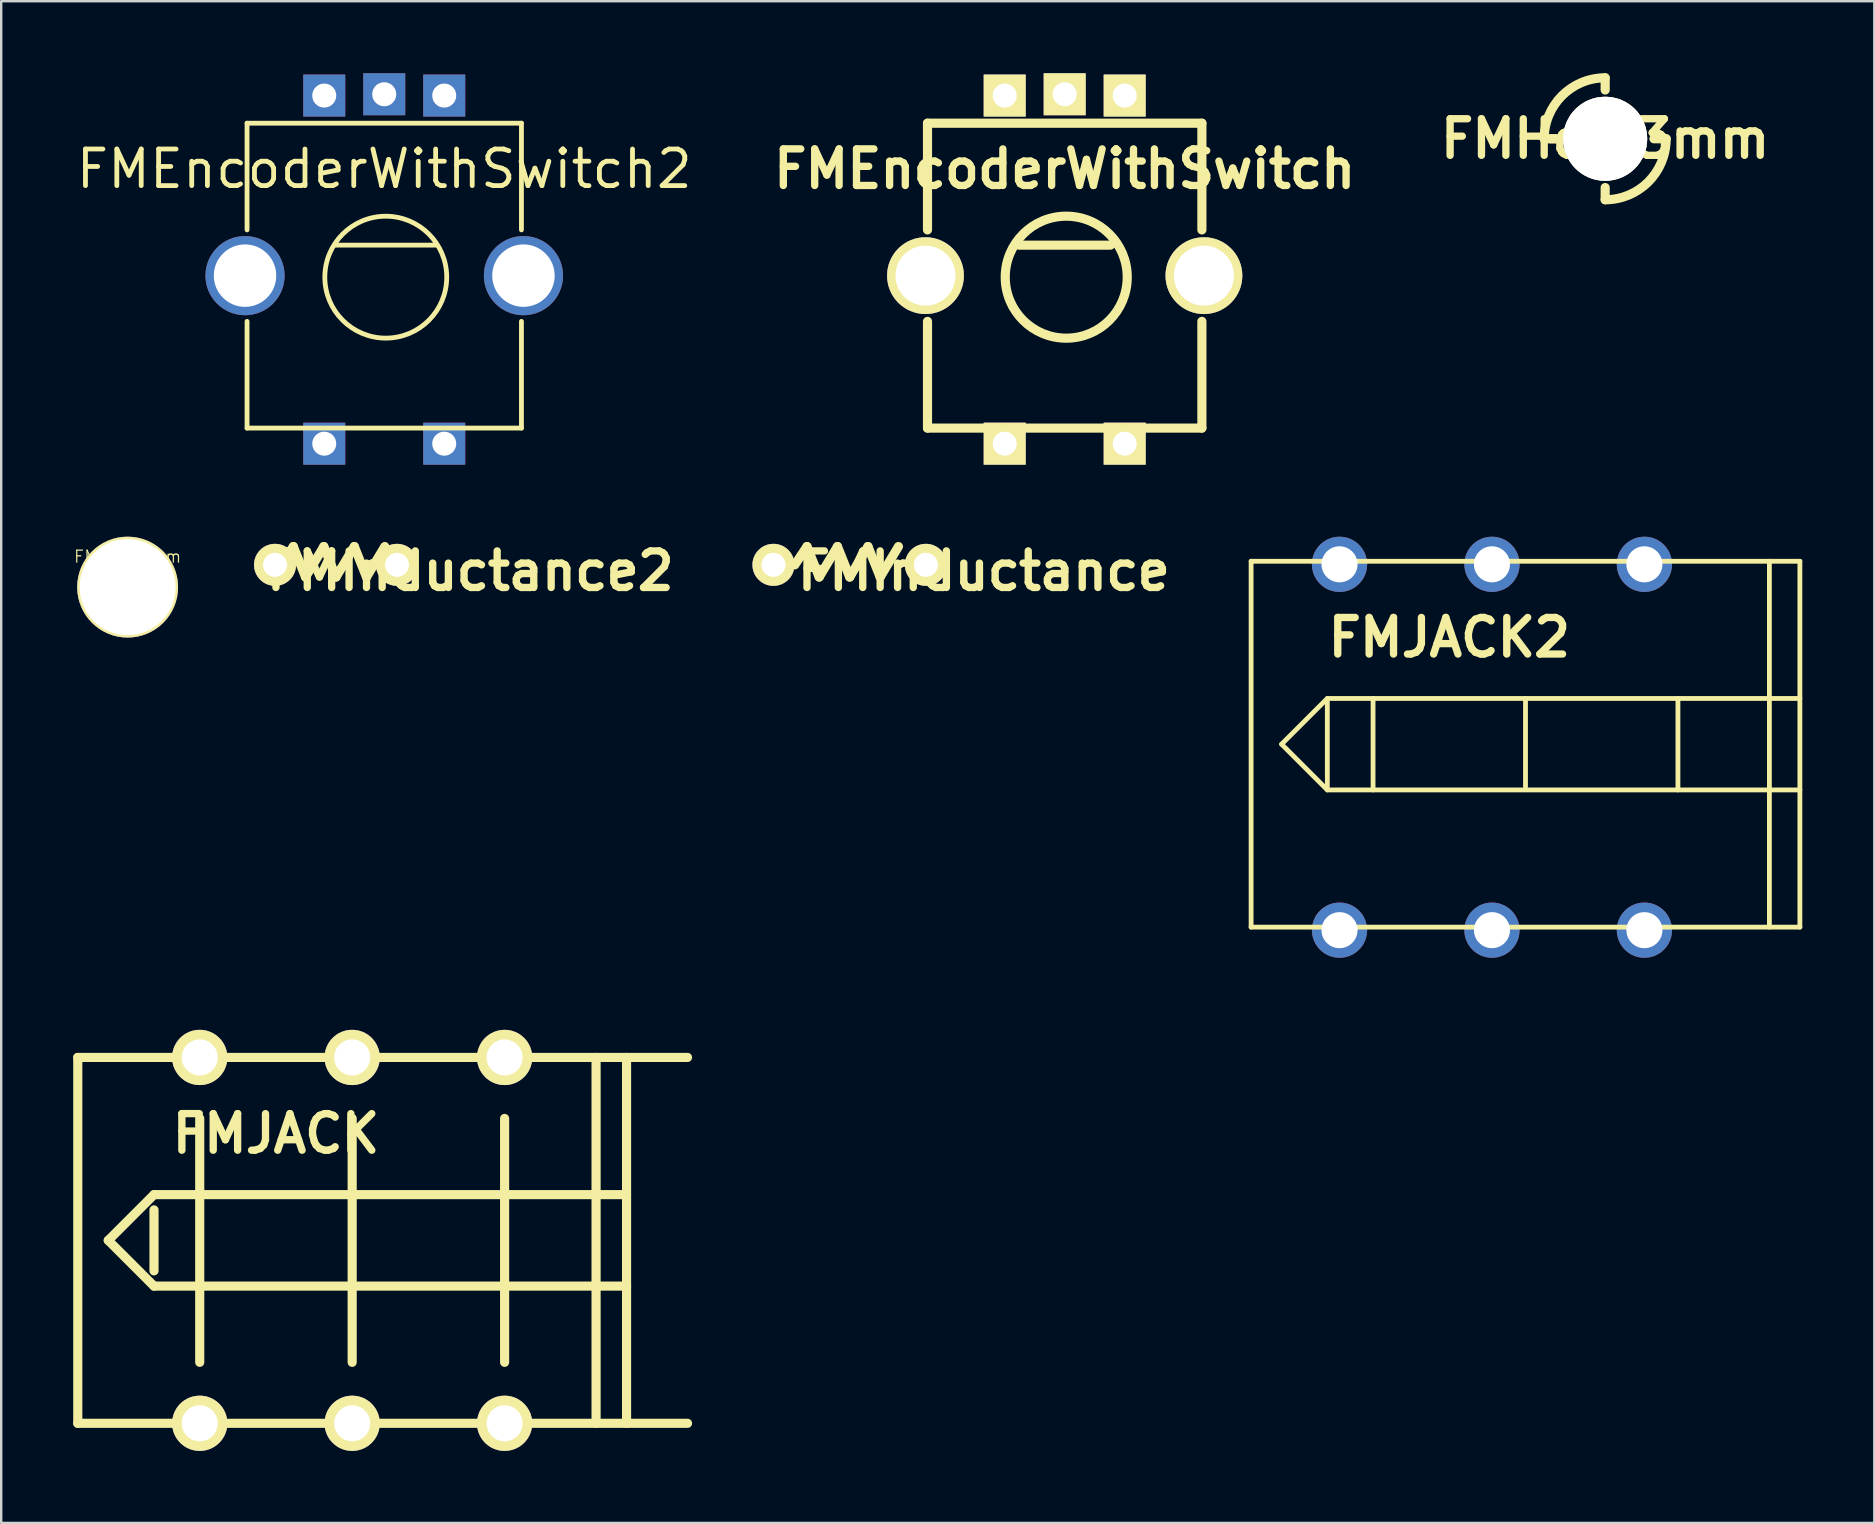
<source format=kicad_pcb>
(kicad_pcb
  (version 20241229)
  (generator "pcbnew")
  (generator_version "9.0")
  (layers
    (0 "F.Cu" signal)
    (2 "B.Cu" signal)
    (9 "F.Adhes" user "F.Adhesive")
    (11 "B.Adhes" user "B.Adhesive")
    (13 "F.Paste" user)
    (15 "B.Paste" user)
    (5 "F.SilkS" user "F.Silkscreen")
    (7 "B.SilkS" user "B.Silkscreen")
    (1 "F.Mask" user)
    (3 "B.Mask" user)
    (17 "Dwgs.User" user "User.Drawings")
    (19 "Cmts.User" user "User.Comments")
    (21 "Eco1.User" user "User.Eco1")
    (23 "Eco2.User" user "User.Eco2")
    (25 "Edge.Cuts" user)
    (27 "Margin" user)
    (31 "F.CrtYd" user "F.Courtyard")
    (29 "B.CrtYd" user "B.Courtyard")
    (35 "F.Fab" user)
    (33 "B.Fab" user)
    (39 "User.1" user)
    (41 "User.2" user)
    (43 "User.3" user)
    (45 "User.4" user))
  (footprint "FMInductance2"
    (layer "F.Cu")
    (at 10.947 20.479)
    (property "Reference" "FMInductance2" (at 5.588 0.254 0) (layer "F.SilkS") (effects (font (size 1.524 1.524) (thickness 0.305))))
    (attr through_hole)
    (fp_line (start -2.286 0) (end -1.778 -0.762) (stroke (width 0.381) (type solid)) (layer "F.SilkS"))
    (fp_line (start -1.778 -0.762) (end -1.27 0.508) (stroke (width 0.381) (type solid)) (layer "F.SilkS"))
    (fp_line (start -1.27 0.508) (end -0.508 -0.762) (stroke (width 0.381) (type solid)) (layer "F.SilkS"))
    (fp_line (start -0.508 -0.762) (end 0 0.508) (stroke (width 0.381) (type solid)) (layer "F.SilkS"))
    (fp_line (start 0 0.508) (end 0.762 -0.762) (stroke (width 0.381) (type solid)) (layer "F.SilkS"))
    (fp_line (start 0.762 -0.762) (end 1.27 0.508) (stroke (width 0.381) (type solid)) (layer "F.SilkS"))
    (fp_line (start 1.27 0.508) (end 2.032 -0.762) (stroke (width 0.381) (type solid)) (layer "F.SilkS"))
    (pad "1" thru_hole circle (at -2.54 0) (size 1.75 1.75) (drill 1.001) (layers "*.Cu" "*.Mask" "F.SilkS"))
    (pad "2" thru_hole circle (at 2.54 0) (size 1.75 1.75) (drill 1.001) (layers "*.Cu" "*.Mask" "F.SilkS")))
  (footprint "FMInductance"
    (layer "F.Cu")
    (at 32.344 20.479)
    (property "Reference" "FMInductance" (at 5.588 0.254 0) (layer "F.SilkS") (effects (font (size 1.524 1.524) (thickness 0.305))))
    (attr through_hole)
    (fp_line (start -2.286 0) (end -1.778 -0.762) (stroke (width 0.381) (type solid)) (layer "F.SilkS"))
    (fp_line (start -1.778 -0.762) (end -1.27 0.508) (stroke (width 0.381) (type solid)) (layer "F.SilkS"))
    (fp_line (start -1.27 0.508) (end -0.508 -0.762) (stroke (width 0.381) (type solid)) (layer "F.SilkS"))
    (fp_line (start -0.508 -0.762) (end 0 0.508) (stroke (width 0.381) (type solid)) (layer "F.SilkS"))
    (fp_line (start 0 0.508) (end 0.762 -0.762) (stroke (width 0.381) (type solid)) (layer "F.SilkS"))
    (fp_line (start 0.762 -0.762) (end 1.27 0.508) (stroke (width 0.381) (type solid)) (layer "F.SilkS"))
    (fp_line (start 1.27 0.508) (end 2.032 -0.762) (stroke (width 0.381) (type solid)) (layer "F.SilkS"))
    (pad "1" thru_hole circle (at -3.175 0) (size 1.75 1.75) (drill 1.001) (layers "*.Cu" "*.Mask" "F.SilkS"))
    (pad "2" thru_hole circle (at 3.175 0) (size 1.75 1.75) (drill 1.001) (layers "*.Cu" "*.Mask" "F.SilkS")))
  (footprint "FMHole4mm"
    (layer "F.Cu")
    (at 2.266 21.407)
    (property "Reference" "FMHole4mm" (at 0 -1.27 0) (layer "F.SilkS") (effects (font (size 0.5 0.5) (thickness 0.051))))
    (attr through_hole)
    (pad "" thru_hole circle (at 0 0) (size 4.201 4.201) (drill 4) (layers "*.Cu" "*.Mask" "F.SilkS")))
  (footprint "FMJACK"
    (layer "F.Cu")
    (at 12.89 48.619)
    (property "Reference" "FMJACK" (at -4.445 -4.445 0) (layer "F.SilkS") (effects (font (size 1.524 1.524) (thickness 0.305))))
    (attr through_hole)
    (fp_line (start -12.7 -7.62) (end -12.7 7.62) (stroke (width 0.381) (type solid)) (layer "F.SilkS"))
    (fp_line (start -12.7 7.62) (end 12.7 7.62) (stroke (width 0.381) (type solid)) (layer "F.SilkS"))
    (fp_line (start -11.43 0) (end -9.525 -1.905) (stroke (width 0.381) (type solid)) (layer "F.SilkS"))
    (fp_line (start -11.43 0) (end -9.525 1.905) (stroke (width 0.381) (type solid)) (layer "F.SilkS"))
    (fp_line (start -9.525 -1.905) (end 10.16 -1.905) (stroke (width 0.381) (type solid)) (layer "F.SilkS"))
    (fp_line (start -9.525 -1.27) (end -9.525 1.27) (stroke (width 0.381) (type solid)) (layer "F.SilkS"))
    (fp_line (start -9.525 1.905) (end 10.16 1.905) (stroke (width 0.381) (type solid)) (layer "F.SilkS"))
    (fp_line (start -7.62 5.08) (end -7.62 -5.08) (stroke (width 0.381) (type solid)) (layer "F.SilkS"))
    (fp_line (start -1.27 5.08) (end -1.27 -5.08) (stroke (width 0.381) (type solid)) (layer "F.SilkS"))
    (fp_line (start 5.08 5.08) (end 5.08 -5.08) (stroke (width 0.381) (type solid)) (layer "F.SilkS"))
    (fp_line (start 8.89 -7.62) (end 8.89 7.62) (stroke (width 0.381) (type solid)) (layer "F.SilkS"))
    (fp_line (start 10.16 -7.62) (end 10.16 7.62) (stroke (width 0.381) (type solid)) (layer "F.SilkS"))
    (fp_line (start 12.7 -7.62) (end -12.7 -7.62) (stroke (width 0.381) (type solid)) (layer "F.SilkS"))
    (pad "0" thru_hole circle (at 5.08 -7.62) (size 2.301 2.301) (drill 1.501) (layers "*.Cu" "*.Mask" "F.SilkS"))
    (pad "1" thru_hole circle (at -7.62 -7.62) (size 2.301 2.301) (drill 1.501) (layers "*.Cu" "*.Mask" "F.SilkS"))
    (pad "2" thru_hole circle (at -7.62 7.62) (size 2.301 2.301) (drill 1.501) (layers "*.Cu" "*.Mask" "F.SilkS"))
    (pad "2" thru_hole circle (at -1.27 -7.62) (size 2.301 2.301) (drill 1.501) (layers "*.Cu" "*.Mask" "F.SilkS"))
    (pad "2" thru_hole circle (at -1.27 7.62) (size 2.301 2.301) (drill 1.501) (layers "*.Cu" "*.Mask" "F.SilkS"))
    (pad "2" thru_hole circle (at 5.08 7.62) (size 2.301 2.301) (drill 1.501) (layers "*.Cu" "*.Mask" "F.SilkS")))
  (footprint "FMEncoderWithSwitch2"
    (layer "F.Cu")
    (at 12.956 8.432)
    (property "Reference" "FMEncoderWithSwitch2" (at 0 -4.445 0) (layer "F.SilkS") (effects (font (size 1.524 1.524) (thickness 0.2))))
    (attr through_hole)
    (fp_line (start -5.715 -6.35) (end 5.715 -6.35) (stroke (width 0.2) (type solid)) (layer "F.SilkS"))
    (fp_line (start -5.715 -1.905) (end -5.715 -6.35) (stroke (width 0.2) (type solid)) (layer "F.SilkS"))
    (fp_line (start -5.715 1.905) (end -5.715 6.35) (stroke (width 0.2) (type solid)) (layer "F.SilkS"))
    (fp_line (start -5.715 6.35) (end 5.715 6.35) (stroke (width 0.2) (type solid)) (layer "F.SilkS"))
    (fp_line (start -2.032 -1.27) (end 2.159 -1.27) (stroke (width 0.2) (type solid)) (layer "F.SilkS"))
    (fp_line (start 5.715 -6.35) (end 5.715 -1.905) (stroke (width 0.2) (type solid)) (layer "F.SilkS"))
    (fp_line (start 5.715 6.35) (end 5.715 1.905) (stroke (width 0.2) (type solid)) (layer "F.SilkS"))
    (fp_circle (center 0.064 0.064) (end 2.603 0.064) (stroke (width 0.2) (type solid)) (fill no) (layer "F.SilkS"))
    (pad "" thru_hole circle (at -5.799 0 90) (size 3.299 3.299) (drill 2.601) (layers "*.Cu" "*.Mask"))
    (pad "" thru_hole circle (at 5.799 0 90) (size 3.299 3.299) (drill 2.601) (layers "*.Cu" "*.Mask"))
    (pad "0" thru_hole rect (at -2.499 -7.501 90) (size 1.75 1.75) (drill 1.001) (layers "*.Cu" "*.Mask"))
    (pad "1" thru_hole rect (at 0 -7.556 90) (size 1.75 1.75) (drill 1.001) (layers "*.Cu" "*.Mask"))
    (pad "2" thru_hole rect (at 2.499 -7.501 90) (size 1.75 1.75) (drill 1.001) (layers "*.Cu" "*.Mask"))
    (pad "3" thru_hole rect (at -2.499 7 90) (size 1.75 1.75) (drill 1.001) (layers "*.Cu" "*.Mask"))
    (pad "4" thru_hole rect (at 2.499 7 90) (size 1.75 1.75) (drill 1.001) (layers "*.Cu" "*.Mask")))
  (footprint "FMHole3mm"
    (layer "F.Cu")
    (at 63.815 2.731)
    (property "Reference" "FMHole3mm" (at 0 0 0) (layer "F.SilkS") (effects (font (size 1.524 1.524) (thickness 0.305))))
    (attr through_hole)
    (fp_line (start -2.54 0) (end -2.032 0) (stroke (width 0.381) (type solid)) (layer "F.SilkS"))
    (fp_line (start -2.286 0) (end -2.032 0) (stroke (width 0.381) (type solid)) (layer "F.SilkS"))
    (fp_line (start 0 -2.032) (end 0 -2.54) (stroke (width 0.381) (type solid)) (layer "F.SilkS"))
    (fp_line (start 0 2.54) (end 0 2.032) (stroke (width 0.381) (type solid)) (layer "F.SilkS"))
    (fp_line (start 2.032 0) (end 2.54 0) (stroke (width 0.381) (type solid)) (layer "F.SilkS"))
    (fp_arc (start -2.54 0) (mid -1.796051 -1.796051) (end 0 -2.54) (stroke (width 0.381) (type solid)) (layer "F.SilkS"))
    (fp_arc (start 2.54 0) (mid 1.796051 1.796051) (end 0 2.54) (stroke (width 0.381) (type solid)) (layer "F.SilkS"))
    (pad "1" thru_hole circle (at 0 0) (size 3.5 3.5) (drill 3.5) (layers "*.Cu" "*.Mask" "F.SilkS")))
  (footprint "FMJACK2"
    (layer "F.Cu")
    (at 60.369 28.077)
    (property "Reference" "FMJACK2" (at -3.048 -4.572 0) (layer "F.SilkS") (effects (font (size 1.524 1.524) (thickness 0.305))))
    (attr through_hole)
    (fp_line (start -11.303 -7.747) (end -11.303 7.493) (stroke (width 0.2) (type solid)) (layer "F.SilkS"))
    (fp_line (start -11.303 7.493) (end 11.557 7.493) (stroke (width 0.2) (type solid)) (layer "F.SilkS"))
    (fp_line (start -10.033 -0.127) (end -8.128 -2.032) (stroke (width 0.2) (type solid)) (layer "F.SilkS"))
    (fp_line (start -10.033 -0.127) (end -8.128 1.778) (stroke (width 0.2) (type solid)) (layer "F.SilkS"))
    (fp_line (start -8.128 -2.032) (end 11.557 -2.032) (stroke (width 0.2) (type solid)) (layer "F.SilkS"))
    (fp_line (start -8.128 -1.905) (end -8.128 1.651) (stroke (width 0.2) (type solid)) (layer "F.SilkS"))
    (fp_line (start -8.128 1.778) (end 11.557 1.778) (stroke (width 0.2) (type solid)) (layer "F.SilkS"))
    (fp_line (start -6.223 1.778) (end -6.223 -2.032) (stroke (width 0.2) (type solid)) (layer "F.SilkS"))
    (fp_line (start 0.127 1.651) (end 0.127 -2.032) (stroke (width 0.2) (type solid)) (layer "F.SilkS"))
    (fp_line (start 6.477 1.778) (end 6.477 -2.032) (stroke (width 0.2) (type solid)) (layer "F.SilkS"))
    (fp_line (start 10.287 -7.747) (end 10.287 7.493) (stroke (width 0.2) (type solid)) (layer "F.SilkS"))
    (fp_line (start 11.557 -7.747) (end -11.303 -7.747) (stroke (width 0.2) (type solid)) (layer "F.SilkS"))
    (fp_line (start 11.557 -7.747) (end 11.557 7.493) (stroke (width 0.2) (type solid)) (layer "F.SilkS"))
    (pad "0" thru_hole circle (at -1.27 -7.62) (size 2.301 2.301) (drill 1.501) (layers "*.Cu" "*.Mask"))
    (pad "0" thru_hole circle (at -1.27 7.62) (size 2.301 2.301) (drill 1.501) (layers "*.Cu" "*.Mask"))
    (pad "0" thru_hole circle (at 5.08 -7.62) (size 2.301 2.301) (drill 1.501) (layers "*.Cu" "*.Mask"))
    (pad "0" thru_hole circle (at 5.08 7.62) (size 2.301 2.301) (drill 1.501) (layers "*.Cu" "*.Mask"))
    (pad "1" thru_hole circle (at -7.62 -7.62) (size 2.301 2.301) (drill 1.501) (layers "*.Cu" "*.Mask"))
    (pad "1" thru_hole circle (at -7.62 7.62) (size 2.301 2.301) (drill 1.501) (layers "*.Cu" "*.Mask")))
  (footprint "FMEncoderWithSwitch"
    (layer "F.Cu")
    (at 41.301 8.432)
    (property "Reference" "FMEncoderWithSwitch" (at 0 -4.445 0) (layer "F.SilkS") (effects (font (size 1.524 1.524) (thickness 0.305))))
    (attr through_hole)
    (fp_line (start -5.715 -6.35) (end 5.715 -6.35) (stroke (width 0.381) (type solid)) (layer "F.SilkS"))
    (fp_line (start -5.715 -1.905) (end -5.715 -6.35) (stroke (width 0.381) (type solid)) (layer "F.SilkS"))
    (fp_line (start -5.715 1.905) (end -5.715 6.35) (stroke (width 0.381) (type solid)) (layer "F.SilkS"))
    (fp_line (start -5.715 6.35) (end 5.715 6.35) (stroke (width 0.381) (type solid)) (layer "F.SilkS"))
    (fp_line (start -1.905 -1.27) (end 1.905 -1.27) (stroke (width 0.381) (type solid)) (layer "F.SilkS"))
    (fp_line (start 5.715 -6.35) (end 5.715 -1.905) (stroke (width 0.381) (type solid)) (layer "F.SilkS"))
    (fp_line (start 5.715 6.35) (end 5.715 1.905) (stroke (width 0.381) (type solid)) (layer "F.SilkS"))
    (fp_circle (center 0.064 0.064) (end 0.064 -2.477) (stroke (width 0.381) (type solid)) (fill no) (layer "F.SilkS"))
    (pad "" thru_hole circle (at -5.799 0 90) (size 3.2 3.2) (drill 2.499) (layers "*.Cu" "*.Mask" "F.SilkS"))
    (pad "" thru_hole circle (at 5.799 0 90) (size 3.2 3.2) (drill 2.499) (layers "*.Cu" "*.Mask" "F.SilkS"))
    (pad "0" thru_hole rect (at -2.499 -7.501 90) (size 1.75 1.75) (drill 1.001) (layers "*.Cu" "*.Mask" "F.SilkS"))
    (pad "1" thru_hole rect (at 0 -7.556 90) (size 1.75 1.75) (drill 1.001) (layers "*.Cu" "*.Mask" "F.SilkS"))
    (pad "2" thru_hole rect (at 2.499 -7.501 90) (size 1.75 1.75) (drill 1.001) (layers "*.Cu" "*.Mask" "F.SilkS"))
    (pad "3" thru_hole rect (at -2.499 7 90) (size 1.75 1.75) (drill 1.001) (layers "*.Cu" "*.Mask" "F.SilkS"))
    (pad "4" thru_hole rect (at 2.499 7 90) (size 1.75 1.75) (drill 1.001) (layers "*.Cu" "*.Mask" "F.SilkS")))
  (gr_rect
    (start -3 -3)
    (end 75.026 60.389)
    (stroke (width 0.1) (type default))
    (fill no)
    (layer "Edge.Cuts")))
</source>
